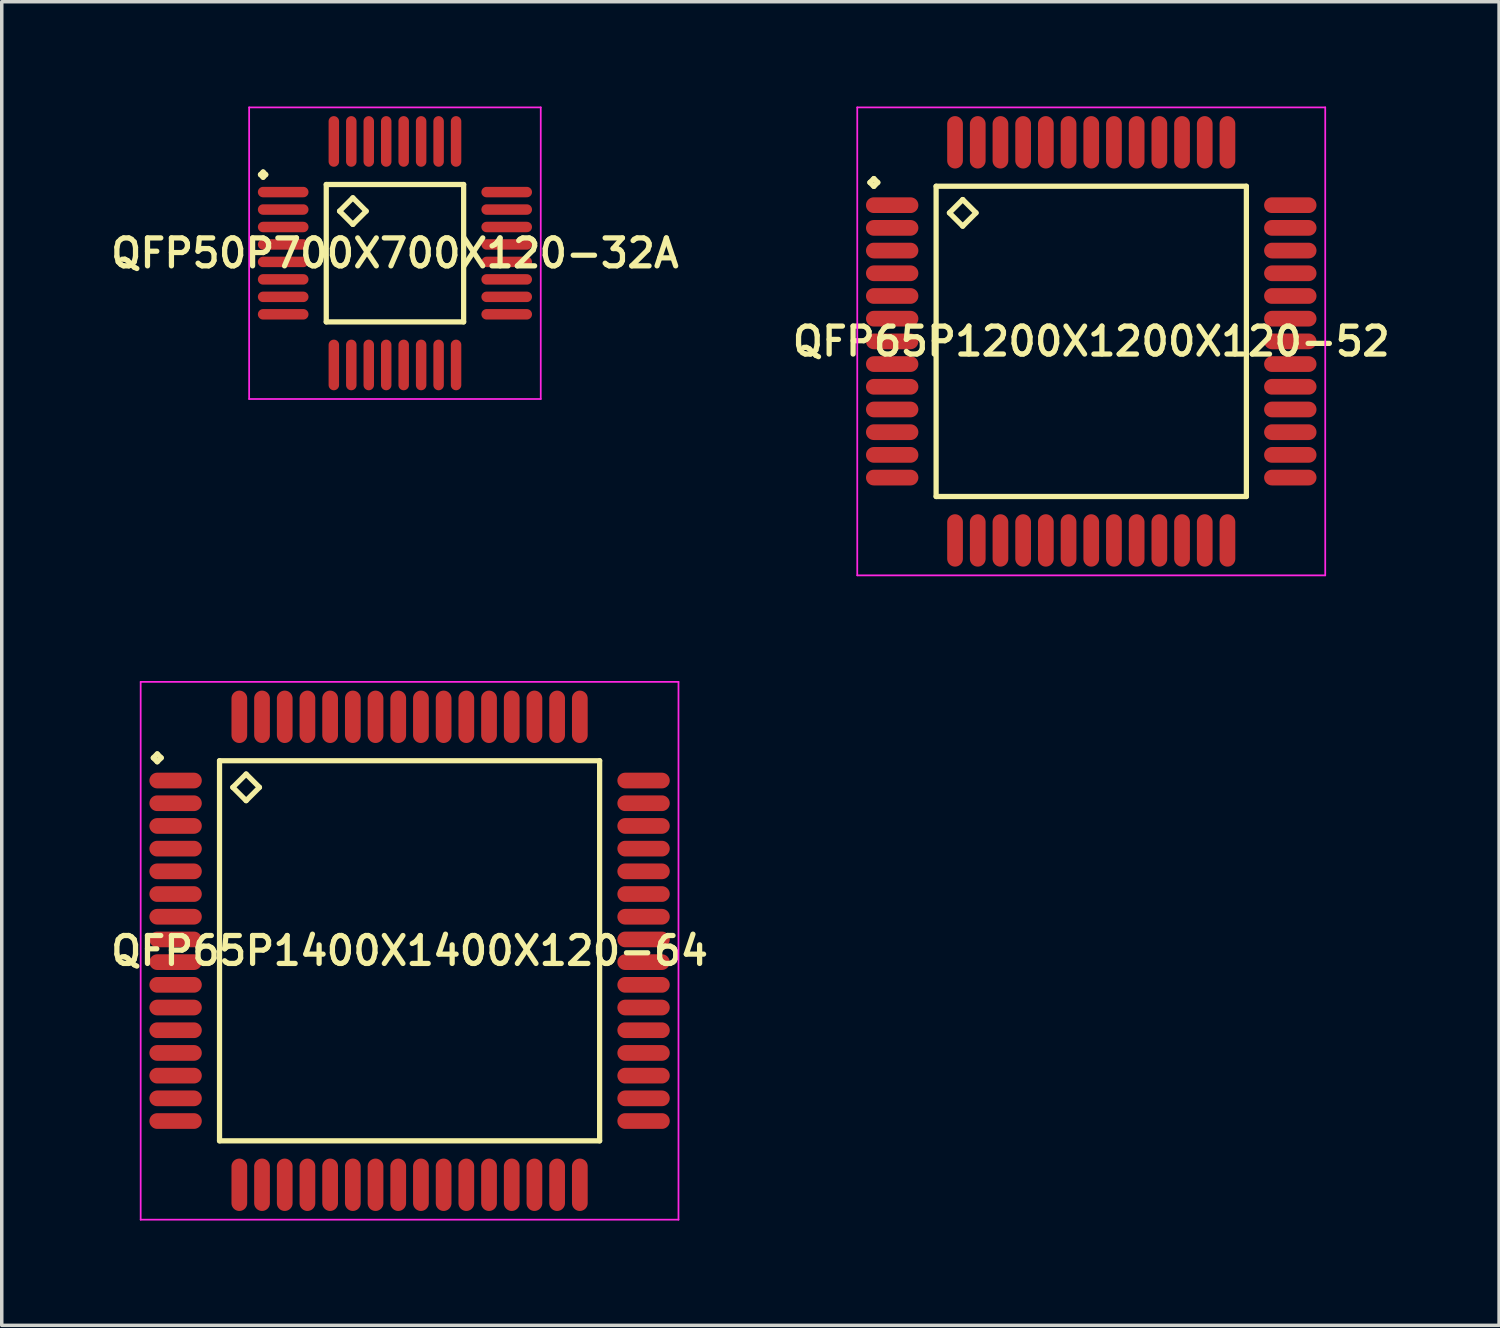
<source format=kicad_pcb>
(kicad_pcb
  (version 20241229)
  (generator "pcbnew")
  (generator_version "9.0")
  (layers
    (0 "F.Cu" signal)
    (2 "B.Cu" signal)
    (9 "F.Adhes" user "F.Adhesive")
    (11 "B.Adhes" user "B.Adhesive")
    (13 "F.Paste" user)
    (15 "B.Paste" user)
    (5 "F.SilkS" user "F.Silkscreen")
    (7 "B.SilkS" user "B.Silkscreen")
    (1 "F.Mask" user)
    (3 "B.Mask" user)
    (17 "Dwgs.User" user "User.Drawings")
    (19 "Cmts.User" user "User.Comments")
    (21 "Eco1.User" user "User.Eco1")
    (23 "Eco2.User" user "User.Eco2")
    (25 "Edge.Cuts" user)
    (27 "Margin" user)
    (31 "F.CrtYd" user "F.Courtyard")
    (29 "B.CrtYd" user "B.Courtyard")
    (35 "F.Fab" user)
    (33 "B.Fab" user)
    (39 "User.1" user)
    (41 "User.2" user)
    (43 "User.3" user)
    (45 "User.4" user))
  (footprint "QFP65P1200X1200X120-52"
    (layer "F.Cu")
    (at 28.197 6.725)
    (property "Reference" "QFP65P1200X1200X120-52" (at 0 0 0) (layer "F.SilkS") (effects (font (size 0.8 0.8) (thickness 0.15))))
    (attr smd)
    (fp_line (start -6.338 -4.55) (end -6.225 -4.662) (stroke (width 0.15) (type solid)) (layer "F.SilkS"))
    (fp_line (start -6.225 -4.662) (end -6.112 -4.55) (stroke (width 0.15) (type solid)) (layer "F.SilkS"))
    (fp_line (start -6.225 -4.438) (end -6.338 -4.55) (stroke (width 0.15) (type solid)) (layer "F.SilkS"))
    (fp_line (start -6.112 -4.55) (end -6.225 -4.438) (stroke (width 0.15) (type solid)) (layer "F.SilkS"))
    (fp_line (start -4.442 -4.442) (end -4.442 4.442) (stroke (width 0.15) (type solid)) (layer "F.SilkS"))
    (fp_line (start -4.442 4.442) (end 4.442 4.442) (stroke (width 0.15) (type solid)) (layer "F.SilkS"))
    (fp_line (start -4.061 -3.68) (end -3.68 -4.061) (stroke (width 0.15) (type solid)) (layer "F.SilkS"))
    (fp_line (start -3.68 -4.061) (end -3.299 -3.68) (stroke (width 0.15) (type solid)) (layer "F.SilkS"))
    (fp_line (start -3.68 -3.299) (end -4.061 -3.68) (stroke (width 0.15) (type solid)) (layer "F.SilkS"))
    (fp_line (start -3.299 -3.68) (end -3.68 -3.299) (stroke (width 0.15) (type solid)) (layer "F.SilkS"))
    (fp_line (start 4.442 -4.442) (end -4.442 -4.442) (stroke (width 0.15) (type solid)) (layer "F.SilkS"))
    (fp_line (start 4.442 4.442) (end 4.442 -4.442) (stroke (width 0.15) (type solid)) (layer "F.SilkS"))
    (fp_line (start -6.7 -6.7) (end 6.7 -6.7) (stroke (width 0.05) (type solid)) (layer "F.CrtYd"))
    (fp_line (start -6.7 6.7) (end -6.7 -6.7) (stroke (width 0.05) (type solid)) (layer "F.CrtYd"))
    (fp_line (start 6.7 -6.7) (end 6.7 6.7) (stroke (width 0.05) (type solid)) (layer "F.CrtYd"))
    (fp_line (start 6.7 6.7) (end -6.7 6.7) (stroke (width 0.05) (type solid)) (layer "F.CrtYd"))
    (pad "1" smd oval (at -5.7 -3.9) (size 1.5 0.45) (layers "F.Cu" "F.Mask" "F.Paste"))
    (pad "2" smd oval (at -5.7 -3.25) (size 1.5 0.45) (layers "F.Cu" "F.Mask" "F.Paste"))
    (pad "3" smd oval (at -5.7 -2.6) (size 1.5 0.45) (layers "F.Cu" "F.Mask" "F.Paste"))
    (pad "4" smd oval (at -5.7 -1.95) (size 1.5 0.45) (layers "F.Cu" "F.Mask" "F.Paste"))
    (pad "5" smd oval (at -5.7 -1.3) (size 1.5 0.45) (layers "F.Cu" "F.Mask" "F.Paste"))
    (pad "6" smd oval (at -5.7 -0.65) (size 1.5 0.45) (layers "F.Cu" "F.Mask" "F.Paste"))
    (pad "7" smd oval (at -5.7 0) (size 1.5 0.45) (layers "F.Cu" "F.Mask" "F.Paste"))
    (pad "8" smd oval (at -5.7 0.65) (size 1.5 0.45) (layers "F.Cu" "F.Mask" "F.Paste"))
    (pad "9" smd oval (at -5.7 1.3) (size 1.5 0.45) (layers "F.Cu" "F.Mask" "F.Paste"))
    (pad "10" smd oval (at -5.7 1.95) (size 1.5 0.45) (layers "F.Cu" "F.Mask" "F.Paste"))
    (pad "11" smd oval (at -5.7 2.6) (size 1.5 0.45) (layers "F.Cu" "F.Mask" "F.Paste"))
    (pad "12" smd oval (at -5.7 3.25) (size 1.5 0.45) (layers "F.Cu" "F.Mask" "F.Paste"))
    (pad "13" smd oval (at -5.7 3.9) (size 1.5 0.45) (layers "F.Cu" "F.Mask" "F.Paste"))
    (pad "14" smd oval (at -3.9 5.7) (size 0.45 1.5) (layers "F.Cu" "F.Mask" "F.Paste"))
    (pad "15" smd oval (at -3.25 5.7) (size 0.45 1.5) (layers "F.Cu" "F.Mask" "F.Paste"))
    (pad "16" smd oval (at -2.6 5.7) (size 0.45 1.5) (layers "F.Cu" "F.Mask" "F.Paste"))
    (pad "17" smd oval (at -1.95 5.7) (size 0.45 1.5) (layers "F.Cu" "F.Mask" "F.Paste"))
    (pad "18" smd oval (at -1.3 5.7) (size 0.45 1.5) (layers "F.Cu" "F.Mask" "F.Paste"))
    (pad "19" smd oval (at -0.65 5.7) (size 0.45 1.5) (layers "F.Cu" "F.Mask" "F.Paste"))
    (pad "20" smd oval (at 0 5.7) (size 0.45 1.5) (layers "F.Cu" "F.Mask" "F.Paste"))
    (pad "21" smd oval (at 0.65 5.7) (size 0.45 1.5) (layers "F.Cu" "F.Mask" "F.Paste"))
    (pad "22" smd oval (at 1.3 5.7) (size 0.45 1.5) (layers "F.Cu" "F.Mask" "F.Paste"))
    (pad "23" smd oval (at 1.95 5.7) (size 0.45 1.5) (layers "F.Cu" "F.Mask" "F.Paste"))
    (pad "24" smd oval (at 2.6 5.7) (size 0.45 1.5) (layers "F.Cu" "F.Mask" "F.Paste"))
    (pad "25" smd oval (at 3.25 5.7) (size 0.45 1.5) (layers "F.Cu" "F.Mask" "F.Paste"))
    (pad "26" smd oval (at 3.9 5.7) (size 0.45 1.5) (layers "F.Cu" "F.Mask" "F.Paste"))
    (pad "27" smd oval (at 5.7 3.9) (size 1.5 0.45) (layers "F.Cu" "F.Mask" "F.Paste"))
    (pad "28" smd oval (at 5.7 3.25) (size 1.5 0.45) (layers "F.Cu" "F.Mask" "F.Paste"))
    (pad "29" smd oval (at 5.7 2.6) (size 1.5 0.45) (layers "F.Cu" "F.Mask" "F.Paste"))
    (pad "30" smd oval (at 5.7 1.95) (size 1.5 0.45) (layers "F.Cu" "F.Mask" "F.Paste"))
    (pad "31" smd oval (at 5.7 1.3) (size 1.5 0.45) (layers "F.Cu" "F.Mask" "F.Paste"))
    (pad "32" smd oval (at 5.7 0.65) (size 1.5 0.45) (layers "F.Cu" "F.Mask" "F.Paste"))
    (pad "33" smd oval (at 5.7 0) (size 1.5 0.45) (layers "F.Cu" "F.Mask" "F.Paste"))
    (pad "34" smd oval (at 5.7 -0.65) (size 1.5 0.45) (layers "F.Cu" "F.Mask" "F.Paste"))
    (pad "35" smd oval (at 5.7 -1.3) (size 1.5 0.45) (layers "F.Cu" "F.Mask" "F.Paste"))
    (pad "36" smd oval (at 5.7 -1.95) (size 1.5 0.45) (layers "F.Cu" "F.Mask" "F.Paste"))
    (pad "37" smd oval (at 5.7 -2.6) (size 1.5 0.45) (layers "F.Cu" "F.Mask" "F.Paste"))
    (pad "38" smd oval (at 5.7 -3.25) (size 1.5 0.45) (layers "F.Cu" "F.Mask" "F.Paste"))
    (pad "39" smd oval (at 5.7 -3.9) (size 1.5 0.45) (layers "F.Cu" "F.Mask" "F.Paste"))
    (pad "40" smd oval (at 3.9 -5.7) (size 0.45 1.5) (layers "F.Cu" "F.Mask" "F.Paste"))
    (pad "41" smd oval (at 3.25 -5.7) (size 0.45 1.5) (layers "F.Cu" "F.Mask" "F.Paste"))
    (pad "42" smd oval (at 2.6 -5.7) (size 0.45 1.5) (layers "F.Cu" "F.Mask" "F.Paste"))
    (pad "43" smd oval (at 1.95 -5.7) (size 0.45 1.5) (layers "F.Cu" "F.Mask" "F.Paste"))
    (pad "44" smd oval (at 1.3 -5.7) (size 0.45 1.5) (layers "F.Cu" "F.Mask" "F.Paste"))
    (pad "45" smd oval (at 0.65 -5.7) (size 0.45 1.5) (layers "F.Cu" "F.Mask" "F.Paste"))
    (pad "46" smd oval (at 0 -5.7) (size 0.45 1.5) (layers "F.Cu" "F.Mask" "F.Paste"))
    (pad "47" smd oval (at -0.65 -5.7) (size 0.45 1.5) (layers "F.Cu" "F.Mask" "F.Paste"))
    (pad "48" smd oval (at -1.3 -5.7) (size 0.45 1.5) (layers "F.Cu" "F.Mask" "F.Paste"))
    (pad "49" smd oval (at -1.95 -5.7) (size 0.45 1.5) (layers "F.Cu" "F.Mask" "F.Paste"))
    (pad "50" smd oval (at -2.6 -5.7) (size 0.45 1.5) (layers "F.Cu" "F.Mask" "F.Paste"))
    (pad "51" smd oval (at -3.25 -5.7) (size 0.45 1.5) (layers "F.Cu" "F.Mask" "F.Paste"))
    (pad "52" smd oval (at -3.9 -5.7) (size 0.45 1.5) (layers "F.Cu" "F.Mask" "F.Paste")))
  (footprint "QFP65P1400X1400X120-64"
    (layer "F.Cu")
    (at 8.678 24.175)
    (property "Reference" "QFP65P1400X1400X120-64" (at 0 0 0) (layer "F.SilkS") (effects (font (size 0.8 0.8) (thickness 0.15))))
    (attr smd)
    (fp_line (start -7.338 -5.525) (end -7.225 -5.638) (stroke (width 0.15) (type solid)) (layer "F.SilkS"))
    (fp_line (start -7.225 -5.638) (end -7.112 -5.525) (stroke (width 0.15) (type solid)) (layer "F.SilkS"))
    (fp_line (start -7.225 -5.412) (end -7.338 -5.525) (stroke (width 0.15) (type solid)) (layer "F.SilkS"))
    (fp_line (start -7.112 -5.525) (end -7.225 -5.412) (stroke (width 0.15) (type solid)) (layer "F.SilkS"))
    (fp_line (start -5.442 -5.442) (end -5.442 5.442) (stroke (width 0.15) (type solid)) (layer "F.SilkS"))
    (fp_line (start -5.442 5.442) (end 5.442 5.442) (stroke (width 0.15) (type solid)) (layer "F.SilkS"))
    (fp_line (start -5.061 -4.68) (end -4.68 -5.061) (stroke (width 0.15) (type solid)) (layer "F.SilkS"))
    (fp_line (start -4.68 -5.061) (end -4.299 -4.68) (stroke (width 0.15) (type solid)) (layer "F.SilkS"))
    (fp_line (start -4.68 -4.299) (end -5.061 -4.68) (stroke (width 0.15) (type solid)) (layer "F.SilkS"))
    (fp_line (start -4.299 -4.68) (end -4.68 -4.299) (stroke (width 0.15) (type solid)) (layer "F.SilkS"))
    (fp_line (start 5.442 -5.442) (end -5.442 -5.442) (stroke (width 0.15) (type solid)) (layer "F.SilkS"))
    (fp_line (start 5.442 5.442) (end 5.442 -5.442) (stroke (width 0.15) (type solid)) (layer "F.SilkS"))
    (fp_line (start -7.7 -7.7) (end 7.7 -7.7) (stroke (width 0.05) (type solid)) (layer "F.CrtYd"))
    (fp_line (start -7.7 7.7) (end -7.7 -7.7) (stroke (width 0.05) (type solid)) (layer "F.CrtYd"))
    (fp_line (start 7.7 -7.7) (end 7.7 7.7) (stroke (width 0.05) (type solid)) (layer "F.CrtYd"))
    (fp_line (start 7.7 7.7) (end -7.7 7.7) (stroke (width 0.05) (type solid)) (layer "F.CrtYd"))
    (pad "1" smd oval (at -6.7 -4.875) (size 1.5 0.45) (layers "F.Cu" "F.Mask" "F.Paste"))
    (pad "2" smd oval (at -6.7 -4.225) (size 1.5 0.45) (layers "F.Cu" "F.Mask" "F.Paste"))
    (pad "3" smd oval (at -6.7 -3.575) (size 1.5 0.45) (layers "F.Cu" "F.Mask" "F.Paste"))
    (pad "4" smd oval (at -6.7 -2.925) (size 1.5 0.45) (layers "F.Cu" "F.Mask" "F.Paste"))
    (pad "5" smd oval (at -6.7 -2.275) (size 1.5 0.45) (layers "F.Cu" "F.Mask" "F.Paste"))
    (pad "6" smd oval (at -6.7 -1.625) (size 1.5 0.45) (layers "F.Cu" "F.Mask" "F.Paste"))
    (pad "7" smd oval (at -6.7 -0.975) (size 1.5 0.45) (layers "F.Cu" "F.Mask" "F.Paste"))
    (pad "8" smd oval (at -6.7 -0.325) (size 1.5 0.45) (layers "F.Cu" "F.Mask" "F.Paste"))
    (pad "9" smd oval (at -6.7 0.325) (size 1.5 0.45) (layers "F.Cu" "F.Mask" "F.Paste"))
    (pad "10" smd oval (at -6.7 0.975) (size 1.5 0.45) (layers "F.Cu" "F.Mask" "F.Paste"))
    (pad "11" smd oval (at -6.7 1.625) (size 1.5 0.45) (layers "F.Cu" "F.Mask" "F.Paste"))
    (pad "12" smd oval (at -6.7 2.275) (size 1.5 0.45) (layers "F.Cu" "F.Mask" "F.Paste"))
    (pad "13" smd oval (at -6.7 2.925) (size 1.5 0.45) (layers "F.Cu" "F.Mask" "F.Paste"))
    (pad "14" smd oval (at -6.7 3.575) (size 1.5 0.45) (layers "F.Cu" "F.Mask" "F.Paste"))
    (pad "15" smd oval (at -6.7 4.225) (size 1.5 0.45) (layers "F.Cu" "F.Mask" "F.Paste"))
    (pad "16" smd oval (at -6.7 4.875) (size 1.5 0.45) (layers "F.Cu" "F.Mask" "F.Paste"))
    (pad "17" smd oval (at -4.875 6.7) (size 0.45 1.5) (layers "F.Cu" "F.Mask" "F.Paste"))
    (pad "18" smd oval (at -4.225 6.7) (size 0.45 1.5) (layers "F.Cu" "F.Mask" "F.Paste"))
    (pad "19" smd oval (at -3.575 6.7) (size 0.45 1.5) (layers "F.Cu" "F.Mask" "F.Paste"))
    (pad "20" smd oval (at -2.925 6.7) (size 0.45 1.5) (layers "F.Cu" "F.Mask" "F.Paste"))
    (pad "21" smd oval (at -2.275 6.7) (size 0.45 1.5) (layers "F.Cu" "F.Mask" "F.Paste"))
    (pad "22" smd oval (at -1.625 6.7) (size 0.45 1.5) (layers "F.Cu" "F.Mask" "F.Paste"))
    (pad "23" smd oval (at -0.975 6.7) (size 0.45 1.5) (layers "F.Cu" "F.Mask" "F.Paste"))
    (pad "24" smd oval (at -0.325 6.7) (size 0.45 1.5) (layers "F.Cu" "F.Mask" "F.Paste"))
    (pad "25" smd oval (at 0.325 6.7) (size 0.45 1.5) (layers "F.Cu" "F.Mask" "F.Paste"))
    (pad "26" smd oval (at 0.975 6.7) (size 0.45 1.5) (layers "F.Cu" "F.Mask" "F.Paste"))
    (pad "27" smd oval (at 1.625 6.7) (size 0.45 1.5) (layers "F.Cu" "F.Mask" "F.Paste"))
    (pad "28" smd oval (at 2.275 6.7) (size 0.45 1.5) (layers "F.Cu" "F.Mask" "F.Paste"))
    (pad "29" smd oval (at 2.925 6.7) (size 0.45 1.5) (layers "F.Cu" "F.Mask" "F.Paste"))
    (pad "30" smd oval (at 3.575 6.7) (size 0.45 1.5) (layers "F.Cu" "F.Mask" "F.Paste"))
    (pad "31" smd oval (at 4.225 6.7) (size 0.45 1.5) (layers "F.Cu" "F.Mask" "F.Paste"))
    (pad "32" smd oval (at 4.875 6.7) (size 0.45 1.5) (layers "F.Cu" "F.Mask" "F.Paste"))
    (pad "33" smd oval (at 6.7 4.875) (size 1.5 0.45) (layers "F.Cu" "F.Mask" "F.Paste"))
    (pad "34" smd oval (at 6.7 4.225) (size 1.5 0.45) (layers "F.Cu" "F.Mask" "F.Paste"))
    (pad "35" smd oval (at 6.7 3.575) (size 1.5 0.45) (layers "F.Cu" "F.Mask" "F.Paste"))
    (pad "36" smd oval (at 6.7 2.925) (size 1.5 0.45) (layers "F.Cu" "F.Mask" "F.Paste"))
    (pad "37" smd oval (at 6.7 2.275) (size 1.5 0.45) (layers "F.Cu" "F.Mask" "F.Paste"))
    (pad "38" smd oval (at 6.7 1.625) (size 1.5 0.45) (layers "F.Cu" "F.Mask" "F.Paste"))
    (pad "39" smd oval (at 6.7 0.975) (size 1.5 0.45) (layers "F.Cu" "F.Mask" "F.Paste"))
    (pad "40" smd oval (at 6.7 0.325) (size 1.5 0.45) (layers "F.Cu" "F.Mask" "F.Paste"))
    (pad "41" smd oval (at 6.7 -0.325) (size 1.5 0.45) (layers "F.Cu" "F.Mask" "F.Paste"))
    (pad "42" smd oval (at 6.7 -0.975) (size 1.5 0.45) (layers "F.Cu" "F.Mask" "F.Paste"))
    (pad "43" smd oval (at 6.7 -1.625) (size 1.5 0.45) (layers "F.Cu" "F.Mask" "F.Paste"))
    (pad "44" smd oval (at 6.7 -2.275) (size 1.5 0.45) (layers "F.Cu" "F.Mask" "F.Paste"))
    (pad "45" smd oval (at 6.7 -2.925) (size 1.5 0.45) (layers "F.Cu" "F.Mask" "F.Paste"))
    (pad "46" smd oval (at 6.7 -3.575) (size 1.5 0.45) (layers "F.Cu" "F.Mask" "F.Paste"))
    (pad "47" smd oval (at 6.7 -4.225) (size 1.5 0.45) (layers "F.Cu" "F.Mask" "F.Paste"))
    (pad "48" smd oval (at 6.7 -4.875) (size 1.5 0.45) (layers "F.Cu" "F.Mask" "F.Paste"))
    (pad "49" smd oval (at 4.875 -6.7) (size 0.45 1.5) (layers "F.Cu" "F.Mask" "F.Paste"))
    (pad "50" smd oval (at 4.225 -6.7) (size 0.45 1.5) (layers "F.Cu" "F.Mask" "F.Paste"))
    (pad "51" smd oval (at 3.575 -6.7) (size 0.45 1.5) (layers "F.Cu" "F.Mask" "F.Paste"))
    (pad "52" smd oval (at 2.925 -6.7) (size 0.45 1.5) (layers "F.Cu" "F.Mask" "F.Paste"))
    (pad "53" smd oval (at 2.275 -6.7) (size 0.45 1.5) (layers "F.Cu" "F.Mask" "F.Paste"))
    (pad "54" smd oval (at 1.625 -6.7) (size 0.45 1.5) (layers "F.Cu" "F.Mask" "F.Paste"))
    (pad "55" smd oval (at 0.975 -6.7) (size 0.45 1.5) (layers "F.Cu" "F.Mask" "F.Paste"))
    (pad "56" smd oval (at 0.325 -6.7) (size 0.45 1.5) (layers "F.Cu" "F.Mask" "F.Paste"))
    (pad "57" smd oval (at -0.325 -6.7) (size 0.45 1.5) (layers "F.Cu" "F.Mask" "F.Paste"))
    (pad "58" smd oval (at -0.975 -6.7) (size 0.45 1.5) (layers "F.Cu" "F.Mask" "F.Paste"))
    (pad "59" smd oval (at -1.625 -6.7) (size 0.45 1.5) (layers "F.Cu" "F.Mask" "F.Paste"))
    (pad "60" smd oval (at -2.275 -6.7) (size 0.45 1.5) (layers "F.Cu" "F.Mask" "F.Paste"))
    (pad "61" smd oval (at -2.925 -6.7) (size 0.45 1.5) (layers "F.Cu" "F.Mask" "F.Paste"))
    (pad "62" smd oval (at -3.575 -6.7) (size 0.45 1.5) (layers "F.Cu" "F.Mask" "F.Paste"))
    (pad "63" smd oval (at -4.225 -6.7) (size 0.45 1.5) (layers "F.Cu" "F.Mask" "F.Paste"))
    (pad "64" smd oval (at -4.875 -6.7) (size 0.45 1.5) (layers "F.Cu" "F.Mask" "F.Paste")))
  (footprint "QFP50P700X700X120-32A"
    (layer "F.Cu")
    (at 8.259 4.2)
    (property "Reference" "QFP50P700X700X120-32A" (at 0 0 0) (layer "F.SilkS") (effects (font (size 0.8 0.8) (thickness 0.15))))
    (attr smd)
    (fp_line (start -3.85 -2.25) (end -3.775 -2.325) (stroke (width 0.15) (type solid)) (layer "F.SilkS"))
    (fp_line (start -3.775 -2.325) (end -3.7 -2.25) (stroke (width 0.15) (type solid)) (layer "F.SilkS"))
    (fp_line (start -3.775 -2.175) (end -3.85 -2.25) (stroke (width 0.15) (type solid)) (layer "F.SilkS"))
    (fp_line (start -3.7 -2.25) (end -3.775 -2.175) (stroke (width 0.15) (type solid)) (layer "F.SilkS"))
    (fp_line (start -1.967 -1.967) (end -1.967 1.967) (stroke (width 0.15) (type solid)) (layer "F.SilkS"))
    (fp_line (start -1.967 1.967) (end 1.967 1.967) (stroke (width 0.15) (type solid)) (layer "F.SilkS"))
    (fp_line (start -1.586 -1.205) (end -1.205 -1.586) (stroke (width 0.15) (type solid)) (layer "F.SilkS"))
    (fp_line (start -1.205 -1.586) (end -0.824 -1.205) (stroke (width 0.15) (type solid)) (layer "F.SilkS"))
    (fp_line (start -1.205 -0.824) (end -1.586 -1.205) (stroke (width 0.15) (type solid)) (layer "F.SilkS"))
    (fp_line (start -0.824 -1.205) (end -1.205 -0.824) (stroke (width 0.15) (type solid)) (layer "F.SilkS"))
    (fp_line (start 1.967 -1.967) (end -1.967 -1.967) (stroke (width 0.15) (type solid)) (layer "F.SilkS"))
    (fp_line (start 1.967 1.967) (end 1.967 -1.967) (stroke (width 0.15) (type solid)) (layer "F.SilkS"))
    (fp_line (start -4.175 -4.175) (end 4.175 -4.175) (stroke (width 0.05) (type solid)) (layer "F.CrtYd"))
    (fp_line (start -4.175 4.175) (end -4.175 -4.175) (stroke (width 0.05) (type solid)) (layer "F.CrtYd"))
    (fp_line (start 4.175 -4.175) (end 4.175 4.175) (stroke (width 0.05) (type solid)) (layer "F.CrtYd"))
    (fp_line (start 4.175 4.175) (end -4.175 4.175) (stroke (width 0.05) (type solid)) (layer "F.CrtYd"))
    (pad "1" smd oval (at -3.2 -1.75) (size 1.45 0.3) (layers "F.Cu" "F.Mask" "F.Paste"))
    (pad "2" smd oval (at -3.2 -1.25) (size 1.45 0.3) (layers "F.Cu" "F.Mask" "F.Paste"))
    (pad "3" smd oval (at -3.2 -0.75) (size 1.45 0.3) (layers "F.Cu" "F.Mask" "F.Paste"))
    (pad "4" smd oval (at -3.2 -0.25) (size 1.45 0.3) (layers "F.Cu" "F.Mask" "F.Paste"))
    (pad "5" smd oval (at -3.2 0.25) (size 1.45 0.3) (layers "F.Cu" "F.Mask" "F.Paste"))
    (pad "6" smd oval (at -3.2 0.75) (size 1.45 0.3) (layers "F.Cu" "F.Mask" "F.Paste"))
    (pad "7" smd oval (at -3.2 1.25) (size 1.45 0.3) (layers "F.Cu" "F.Mask" "F.Paste"))
    (pad "8" smd oval (at -3.2 1.75) (size 1.45 0.3) (layers "F.Cu" "F.Mask" "F.Paste"))
    (pad "9" smd oval (at -1.75 3.2) (size 0.3 1.45) (layers "F.Cu" "F.Mask" "F.Paste"))
    (pad "10" smd oval (at -1.25 3.2) (size 0.3 1.45) (layers "F.Cu" "F.Mask" "F.Paste"))
    (pad "11" smd oval (at -0.75 3.2) (size 0.3 1.45) (layers "F.Cu" "F.Mask" "F.Paste"))
    (pad "12" smd oval (at -0.25 3.2) (size 0.3 1.45) (layers "F.Cu" "F.Mask" "F.Paste"))
    (pad "13" smd oval (at 0.25 3.2) (size 0.3 1.45) (layers "F.Cu" "F.Mask" "F.Paste"))
    (pad "14" smd oval (at 0.75 3.2) (size 0.3 1.45) (layers "F.Cu" "F.Mask" "F.Paste"))
    (pad "15" smd oval (at 1.25 3.2) (size 0.3 1.45) (layers "F.Cu" "F.Mask" "F.Paste"))
    (pad "16" smd oval (at 1.75 3.2) (size 0.3 1.45) (layers "F.Cu" "F.Mask" "F.Paste"))
    (pad "17" smd oval (at 3.2 1.75) (size 1.45 0.3) (layers "F.Cu" "F.Mask" "F.Paste"))
    (pad "18" smd oval (at 3.2 1.25) (size 1.45 0.3) (layers "F.Cu" "F.Mask" "F.Paste"))
    (pad "19" smd oval (at 3.2 0.75) (size 1.45 0.3) (layers "F.Cu" "F.Mask" "F.Paste"))
    (pad "20" smd oval (at 3.2 0.25) (size 1.45 0.3) (layers "F.Cu" "F.Mask" "F.Paste"))
    (pad "21" smd oval (at 3.2 -0.25) (size 1.45 0.3) (layers "F.Cu" "F.Mask" "F.Paste"))
    (pad "22" smd oval (at 3.2 -0.75) (size 1.45 0.3) (layers "F.Cu" "F.Mask" "F.Paste"))
    (pad "23" smd oval (at 3.2 -1.25) (size 1.45 0.3) (layers "F.Cu" "F.Mask" "F.Paste"))
    (pad "24" smd oval (at 3.2 -1.75) (size 1.45 0.3) (layers "F.Cu" "F.Mask" "F.Paste"))
    (pad "25" smd oval (at 1.75 -3.2) (size 0.3 1.45) (layers "F.Cu" "F.Mask" "F.Paste"))
    (pad "26" smd oval (at 1.25 -3.2) (size 0.3 1.45) (layers "F.Cu" "F.Mask" "F.Paste"))
    (pad "27" smd oval (at 0.75 -3.2) (size 0.3 1.45) (layers "F.Cu" "F.Mask" "F.Paste"))
    (pad "28" smd oval (at 0.25 -3.2) (size 0.3 1.45) (layers "F.Cu" "F.Mask" "F.Paste"))
    (pad "29" smd oval (at -0.25 -3.2) (size 0.3 1.45) (layers "F.Cu" "F.Mask" "F.Paste"))
    (pad "30" smd oval (at -0.75 -3.2) (size 0.3 1.45) (layers "F.Cu" "F.Mask" "F.Paste"))
    (pad "31" smd oval (at -1.25 -3.2) (size 0.3 1.45) (layers "F.Cu" "F.Mask" "F.Paste"))
    (pad "32" smd oval (at -1.75 -3.2) (size 0.3 1.45) (layers "F.Cu" "F.Mask" "F.Paste")))
  (gr_rect
    (start -3 -3)
    (end 39.875 34.9)
    (stroke (width 0.1) (type default))
    (fill no)
    (layer "Edge.Cuts")))
</source>
